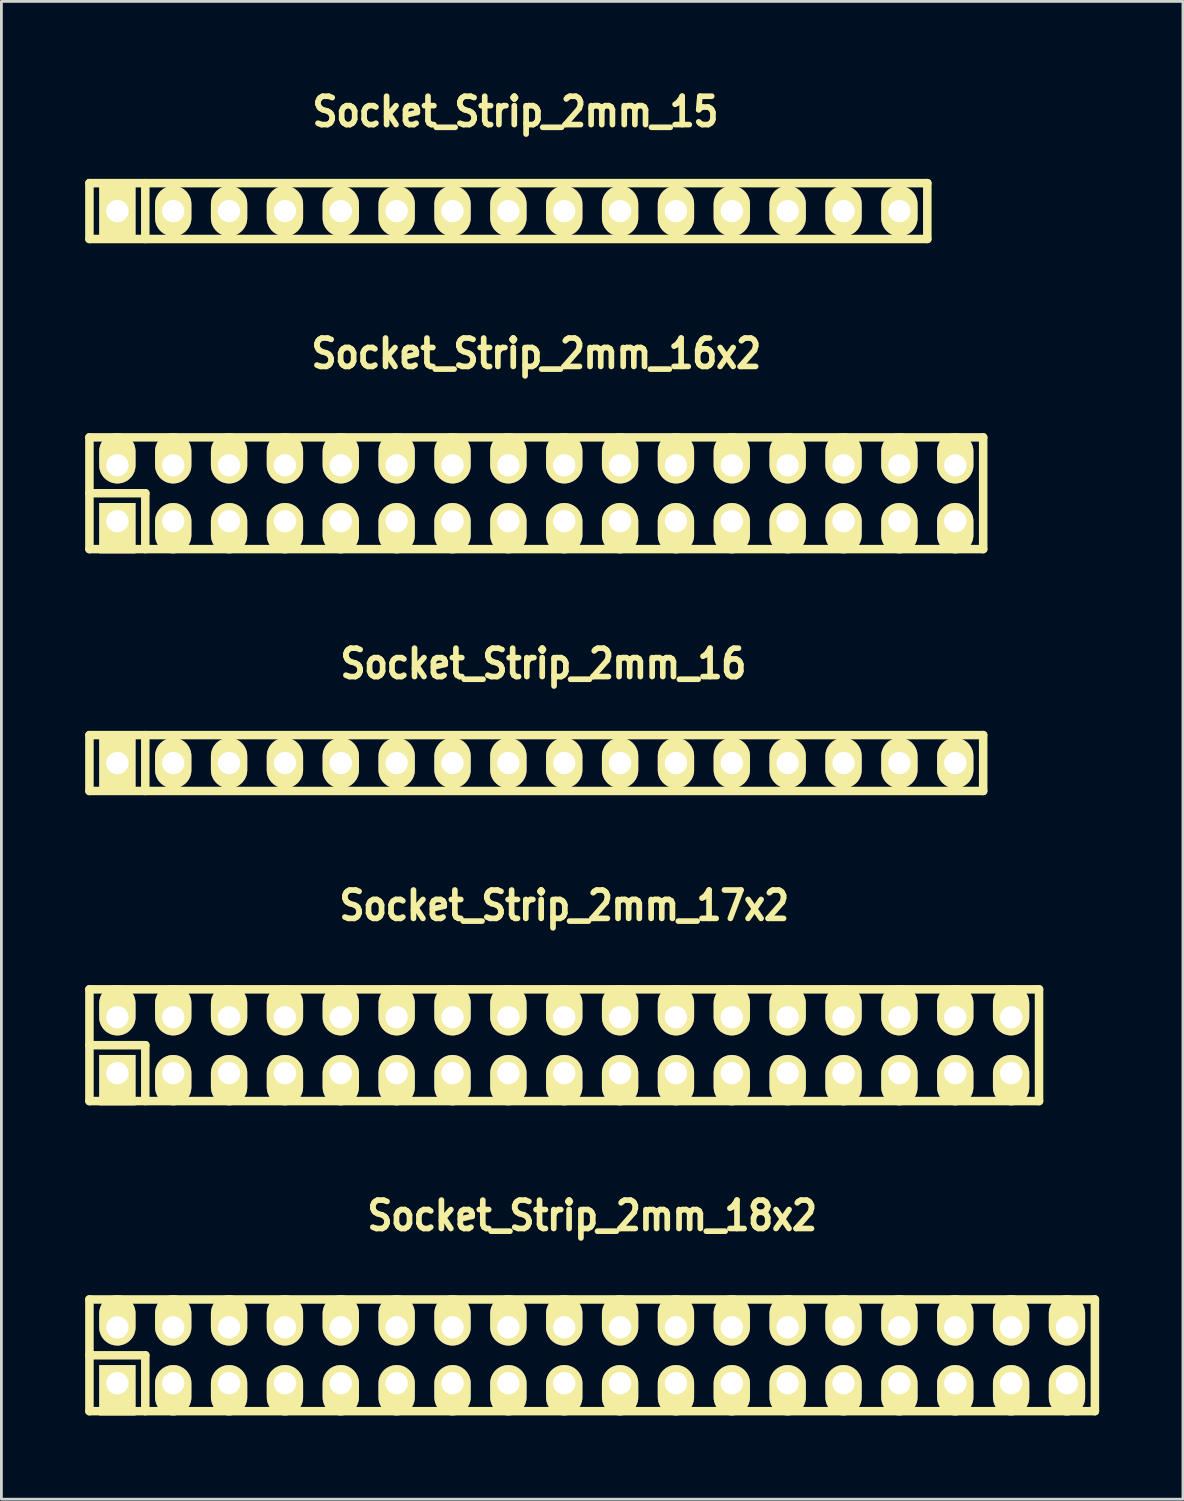
<source format=kicad_pcb>
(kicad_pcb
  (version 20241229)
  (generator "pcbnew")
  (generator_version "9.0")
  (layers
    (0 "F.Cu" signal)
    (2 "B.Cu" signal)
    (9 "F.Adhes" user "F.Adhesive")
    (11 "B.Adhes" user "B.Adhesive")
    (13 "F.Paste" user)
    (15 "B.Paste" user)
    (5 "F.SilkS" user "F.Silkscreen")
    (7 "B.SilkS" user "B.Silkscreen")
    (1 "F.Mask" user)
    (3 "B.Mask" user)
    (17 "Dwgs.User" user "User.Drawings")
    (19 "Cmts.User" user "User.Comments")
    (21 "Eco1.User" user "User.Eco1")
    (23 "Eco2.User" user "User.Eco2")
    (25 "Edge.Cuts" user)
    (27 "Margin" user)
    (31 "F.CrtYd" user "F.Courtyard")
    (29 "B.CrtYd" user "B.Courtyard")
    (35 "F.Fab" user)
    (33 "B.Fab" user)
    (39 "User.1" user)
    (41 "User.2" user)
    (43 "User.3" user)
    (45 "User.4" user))
  (footprint "Socket_Strip_2mm_15"
    (layer "F.Cu")
    (at 15.152 4.507)
    (property "Reference" "Socket_Strip_2mm_15" (at 0.254 -3.556 0) (layer "F.SilkS") (effects (font (size 1.016 0.889) (thickness 0.203))))
    (attr through_hole)
    (fp_line (start -15 -1) (end 15 -1) (stroke (width 0.305) (type solid)) (layer "F.SilkS"))
    (fp_line (start -15 1) (end -15 -1) (stroke (width 0.305) (type solid)) (layer "F.SilkS"))
    (fp_line (start -13 -1) (end -13 1) (stroke (width 0.305) (type solid)) (layer "F.SilkS"))
    (fp_line (start 15 -1) (end 15 1) (stroke (width 0.305) (type solid)) (layer "F.SilkS"))
    (fp_line (start 15 1) (end -15 1) (stroke (width 0.305) (type solid)) (layer "F.SilkS"))
    (pad "1" thru_hole rect (at -14 0) (size 1.3 1.8) (drill 0.8) (layers "*.Cu" "*.Mask" "F.SilkS"))
    (pad "2" thru_hole oval (at -12 0) (size 1.3 1.8) (drill 0.8) (layers "*.Cu" "*.Mask" "F.SilkS"))
    (pad "3" thru_hole oval (at -10 0) (size 1.3 1.8) (drill 0.8) (layers "*.Cu" "*.Mask" "F.SilkS"))
    (pad "4" thru_hole oval (at -8 0) (size 1.3 1.8) (drill 0.8) (layers "*.Cu" "*.Mask" "F.SilkS"))
    (pad "5" thru_hole oval (at -6 0) (size 1.3 1.8) (drill 0.8) (layers "*.Cu" "*.Mask" "F.SilkS"))
    (pad "6" thru_hole oval (at -4 0) (size 1.3 1.8) (drill 0.8) (layers "*.Cu" "*.Mask" "F.SilkS"))
    (pad "7" thru_hole oval (at -2 0) (size 1.3 1.8) (drill 0.8) (layers "*.Cu" "*.Mask" "F.SilkS"))
    (pad "8" thru_hole oval (at 0 0) (size 1.3 1.8) (drill 0.8) (layers "*.Cu" "*.Mask" "F.SilkS"))
    (pad "9" thru_hole oval (at 2 0) (size 1.3 1.8) (drill 0.8) (layers "*.Cu" "*.Mask" "F.SilkS"))
    (pad "10" thru_hole oval (at 4 0) (size 1.3 1.8) (drill 0.8) (layers "*.Cu" "*.Mask" "F.SilkS"))
    (pad "11" thru_hole oval (at 6 0) (size 1.3 1.8) (drill 0.8) (layers "*.Cu" "*.Mask" "F.SilkS"))
    (pad "12" thru_hole oval (at 8 0) (size 1.3 1.8) (drill 0.8) (layers "*.Cu" "*.Mask" "F.SilkS"))
    (pad "13" thru_hole oval (at 10 0) (size 1.3 1.8) (drill 0.8) (layers "*.Cu" "*.Mask" "F.SilkS"))
    (pad "14" thru_hole oval (at 12 0) (size 1.3 1.8) (drill 0.8) (layers "*.Cu" "*.Mask" "F.SilkS"))
    (pad "15" thru_hole oval (at 14 0) (size 1.3 1.8) (drill 0.8) (layers "*.Cu" "*.Mask" "F.SilkS")))
  (footprint "Socket_Strip_2mm_16"
    (layer "F.Cu")
    (at 16.152 24.27)
    (property "Reference" "Socket_Strip_2mm_16" (at 0.254 -3.556 0) (layer "F.SilkS") (effects (font (size 1.016 0.889) (thickness 0.203))))
    (attr through_hole)
    (fp_line (start -16 -1) (end 16 -1) (stroke (width 0.305) (type solid)) (layer "F.SilkS"))
    (fp_line (start -16 1) (end -16 -1) (stroke (width 0.305) (type solid)) (layer "F.SilkS"))
    (fp_line (start -14 -1) (end -14 1) (stroke (width 0.305) (type solid)) (layer "F.SilkS"))
    (fp_line (start 16 -1) (end 16 1) (stroke (width 0.305) (type solid)) (layer "F.SilkS"))
    (fp_line (start 16 1) (end -16 1) (stroke (width 0.305) (type solid)) (layer "F.SilkS"))
    (pad "1" thru_hole rect (at -15 0) (size 1.3 1.8) (drill 0.8) (layers "*.Cu" "*.Mask" "F.SilkS"))
    (pad "2" thru_hole oval (at -13 0) (size 1.3 1.8) (drill 0.8) (layers "*.Cu" "*.Mask" "F.SilkS"))
    (pad "3" thru_hole oval (at -11 0) (size 1.3 1.8) (drill 0.8) (layers "*.Cu" "*.Mask" "F.SilkS"))
    (pad "4" thru_hole oval (at -9 0) (size 1.3 1.8) (drill 0.8) (layers "*.Cu" "*.Mask" "F.SilkS"))
    (pad "5" thru_hole oval (at -7 0) (size 1.3 1.8) (drill 0.8) (layers "*.Cu" "*.Mask" "F.SilkS"))
    (pad "6" thru_hole oval (at -5 0) (size 1.3 1.8) (drill 0.8) (layers "*.Cu" "*.Mask" "F.SilkS"))
    (pad "7" thru_hole oval (at -3 0) (size 1.3 1.8) (drill 0.8) (layers "*.Cu" "*.Mask" "F.SilkS"))
    (pad "8" thru_hole oval (at -1 0) (size 1.3 1.8) (drill 0.8) (layers "*.Cu" "*.Mask" "F.SilkS"))
    (pad "9" thru_hole oval (at 1 0) (size 1.3 1.8) (drill 0.8) (layers "*.Cu" "*.Mask" "F.SilkS"))
    (pad "10" thru_hole oval (at 3 0) (size 1.3 1.8) (drill 0.8) (layers "*.Cu" "*.Mask" "F.SilkS"))
    (pad "11" thru_hole oval (at 5 0) (size 1.3 1.8) (drill 0.8) (layers "*.Cu" "*.Mask" "F.SilkS"))
    (pad "12" thru_hole oval (at 7 0) (size 1.3 1.8) (drill 0.8) (layers "*.Cu" "*.Mask" "F.SilkS"))
    (pad "13" thru_hole oval (at 9 0) (size 1.3 1.8) (drill 0.8) (layers "*.Cu" "*.Mask" "F.SilkS"))
    (pad "14" thru_hole oval (at 11 0) (size 1.3 1.8) (drill 0.8) (layers "*.Cu" "*.Mask" "F.SilkS"))
    (pad "15" thru_hole oval (at 13 0) (size 1.3 1.8) (drill 0.8) (layers "*.Cu" "*.Mask" "F.SilkS"))
    (pad "16" thru_hole oval (at 15 0) (size 1.3 1.8) (drill 0.8) (layers "*.Cu" "*.Mask" "F.SilkS")))
  (footprint "Socket_Strip_2mm_16x2"
    (layer "F.Cu")
    (at 16.152 14.61)
    (property "Reference" "Socket_Strip_2mm_16x2" (at 0 -5 0) (layer "F.SilkS") (effects (font (size 1.016 0.889) (thickness 0.203))))
    (attr through_hole)
    (fp_line (start -16 -2) (end 16 -2) (stroke (width 0.305) (type solid)) (layer "F.SilkS"))
    (fp_line (start -16 0) (end -14 0) (stroke (width 0.305) (type solid)) (layer "F.SilkS"))
    (fp_line (start -16 2) (end -16 -2) (stroke (width 0.305) (type solid)) (layer "F.SilkS"))
    (fp_line (start -14 0) (end -14 2) (stroke (width 0.305) (type solid)) (layer "F.SilkS"))
    (fp_line (start 16 -2) (end 16 2) (stroke (width 0.305) (type solid)) (layer "F.SilkS"))
    (fp_line (start 16 2) (end -16 2) (stroke (width 0.305) (type solid)) (layer "F.SilkS"))
    (pad "1" thru_hole rect (at -15 1) (size 1.3 1.8) (drill 0.8 (offset 0 0.25)) (layers "*.Cu" "*.Mask" "F.SilkS"))
    (pad "2" thru_hole oval (at -15 -1) (size 1.3 1.8) (drill 0.8 (offset 0 -0.25)) (layers "*.Cu" "*.Mask" "F.SilkS"))
    (pad "3" thru_hole oval (at -13 1) (size 1.3 1.8) (drill 0.8 (offset 0 0.25)) (layers "*.Cu" "*.Mask" "F.SilkS"))
    (pad "4" thru_hole oval (at -13 -1) (size 1.3 1.8) (drill 0.8 (offset 0 -0.25)) (layers "*.Cu" "*.Mask" "F.SilkS"))
    (pad "5" thru_hole oval (at -11 1) (size 1.3 1.8) (drill 0.8 (offset 0 0.25)) (layers "*.Cu" "*.Mask" "F.SilkS"))
    (pad "6" thru_hole oval (at -11 -1) (size 1.3 1.8) (drill 0.8 (offset 0 -0.25)) (layers "*.Cu" "*.Mask" "F.SilkS"))
    (pad "7" thru_hole oval (at -9 1) (size 1.3 1.8) (drill 0.8 (offset 0 0.25)) (layers "*.Cu" "*.Mask" "F.SilkS"))
    (pad "8" thru_hole oval (at -9 -1) (size 1.3 1.8) (drill 0.8 (offset 0 -0.25)) (layers "*.Cu" "*.Mask" "F.SilkS"))
    (pad "9" thru_hole oval (at -7 1) (size 1.3 1.8) (drill 0.8 (offset 0 0.25)) (layers "*.Cu" "*.Mask" "F.SilkS"))
    (pad "10" thru_hole oval (at -7 -1) (size 1.3 1.8) (drill 0.8 (offset 0 -0.25)) (layers "*.Cu" "*.Mask" "F.SilkS"))
    (pad "11" thru_hole oval (at -5 1) (size 1.3 1.8) (drill 0.8 (offset 0 0.25)) (layers "*.Cu" "*.Mask" "F.SilkS"))
    (pad "12" thru_hole oval (at -5 -1) (size 1.3 1.8) (drill 0.8 (offset 0 -0.25)) (layers "*.Cu" "*.Mask" "F.SilkS"))
    (pad "13" thru_hole oval (at -3 1) (size 1.3 1.8) (drill 0.8 (offset 0 0.25)) (layers "*.Cu" "*.Mask" "F.SilkS"))
    (pad "14" thru_hole oval (at -3 -1) (size 1.3 1.8) (drill 0.8 (offset 0 -0.25)) (layers "*.Cu" "*.Mask" "F.SilkS"))
    (pad "15" thru_hole oval (at -1 1) (size 1.3 1.8) (drill 0.8 (offset 0 0.25)) (layers "*.Cu" "*.Mask" "F.SilkS"))
    (pad "16" thru_hole oval (at -1 -1) (size 1.3 1.8) (drill 0.8 (offset 0 -0.25)) (layers "*.Cu" "*.Mask" "F.SilkS"))
    (pad "17" thru_hole oval (at 1 1) (size 1.3 1.8) (drill 0.8 (offset 0 0.25)) (layers "*.Cu" "*.Mask" "F.SilkS"))
    (pad "18" thru_hole oval (at 1 -1) (size 1.3 1.8) (drill 0.8 (offset 0 -0.25)) (layers "*.Cu" "*.Mask" "F.SilkS"))
    (pad "19" thru_hole oval (at 3 1) (size 1.3 1.8) (drill 0.8 (offset 0 0.25)) (layers "*.Cu" "*.Mask" "F.SilkS"))
    (pad "20" thru_hole oval (at 3 -1) (size 1.3 1.8) (drill 0.8 (offset 0 -0.25)) (layers "*.Cu" "*.Mask" "F.SilkS"))
    (pad "21" thru_hole oval (at 5 1) (size 1.3 1.8) (drill 0.8 (offset 0 0.25)) (layers "*.Cu" "*.Mask" "F.SilkS"))
    (pad "22" thru_hole oval (at 5 -1) (size 1.3 1.8) (drill 0.8 (offset 0 -0.25)) (layers "*.Cu" "*.Mask" "F.SilkS"))
    (pad "23" thru_hole oval (at 7 1) (size 1.3 1.8) (drill 0.8 (offset 0 0.25)) (layers "*.Cu" "*.Mask" "F.SilkS"))
    (pad "24" thru_hole oval (at 7 -1) (size 1.3 1.8) (drill 0.8 (offset 0 -0.25)) (layers "*.Cu" "*.Mask" "F.SilkS"))
    (pad "25" thru_hole oval (at 9 1) (size 1.3 1.8) (drill 0.8 (offset 0 0.25)) (layers "*.Cu" "*.Mask" "F.SilkS"))
    (pad "26" thru_hole oval (at 9 -1) (size 1.3 1.8) (drill 0.8 (offset 0 -0.25)) (layers "*.Cu" "*.Mask" "F.SilkS"))
    (pad "27" thru_hole oval (at 11 1) (size 1.3 1.8) (drill 0.8 (offset 0 0.25)) (layers "*.Cu" "*.Mask" "F.SilkS"))
    (pad "28" thru_hole oval (at 11 -1) (size 1.3 1.8) (drill 0.8 (offset 0 -0.25)) (layers "*.Cu" "*.Mask" "F.SilkS"))
    (pad "29" thru_hole oval (at 13 1) (size 1.3 1.8) (drill 0.8 (offset 0 0.25)) (layers "*.Cu" "*.Mask" "F.SilkS"))
    (pad "30" thru_hole oval (at 13 -1) (size 1.3 1.8) (drill 0.8 (offset 0 -0.25)) (layers "*.Cu" "*.Mask" "F.SilkS"))
    (pad "31" thru_hole oval (at 15 1) (size 1.3 1.8) (drill 0.8 (offset 0 0.25)) (layers "*.Cu" "*.Mask" "F.SilkS"))
    (pad "32" thru_hole oval (at 15 -1) (size 1.3 1.8) (drill 0.8 (offset 0 -0.25)) (layers "*.Cu" "*.Mask" "F.SilkS")))
  (footprint "Socket_Strip_2mm_18x2"
    (layer "F.Cu")
    (at 18.152 45.476)
    (property "Reference" "Socket_Strip_2mm_18x2" (at 0 -5 0) (layer "F.SilkS") (effects (font (size 1.016 0.889) (thickness 0.203))))
    (attr through_hole)
    (fp_line (start -18 -2) (end 18 -2) (stroke (width 0.305) (type solid)) (layer "F.SilkS"))
    (fp_line (start -18 0) (end -16 0) (stroke (width 0.305) (type solid)) (layer "F.SilkS"))
    (fp_line (start -18 2) (end -18 -2) (stroke (width 0.305) (type solid)) (layer "F.SilkS"))
    (fp_line (start -16 0) (end -16 2) (stroke (width 0.305) (type solid)) (layer "F.SilkS"))
    (fp_line (start 18 -2) (end 18 2) (stroke (width 0.305) (type solid)) (layer "F.SilkS"))
    (fp_line (start 18 2) (end -18 2) (stroke (width 0.305) (type solid)) (layer "F.SilkS"))
    (pad "1" thru_hole rect (at -17 1) (size 1.3 1.8) (drill 0.8 (offset 0 0.25)) (layers "*.Cu" "*.Mask" "F.SilkS"))
    (pad "2" thru_hole oval (at -17 -1) (size 1.3 1.8) (drill 0.8 (offset 0 -0.25)) (layers "*.Cu" "*.Mask" "F.SilkS"))
    (pad "3" thru_hole oval (at -15 1) (size 1.3 1.8) (drill 0.8 (offset 0 0.25)) (layers "*.Cu" "*.Mask" "F.SilkS"))
    (pad "4" thru_hole oval (at -15 -1) (size 1.3 1.8) (drill 0.8 (offset 0 -0.25)) (layers "*.Cu" "*.Mask" "F.SilkS"))
    (pad "5" thru_hole oval (at -13 1) (size 1.3 1.8) (drill 0.8 (offset 0 0.25)) (layers "*.Cu" "*.Mask" "F.SilkS"))
    (pad "6" thru_hole oval (at -13 -1) (size 1.3 1.8) (drill 0.8 (offset 0 -0.25)) (layers "*.Cu" "*.Mask" "F.SilkS"))
    (pad "7" thru_hole oval (at -11 1) (size 1.3 1.8) (drill 0.8 (offset 0 0.25)) (layers "*.Cu" "*.Mask" "F.SilkS"))
    (pad "8" thru_hole oval (at -11 -1) (size 1.3 1.8) (drill 0.8 (offset 0 -0.25)) (layers "*.Cu" "*.Mask" "F.SilkS"))
    (pad "9" thru_hole oval (at -9 1) (size 1.3 1.8) (drill 0.8 (offset 0 0.25)) (layers "*.Cu" "*.Mask" "F.SilkS"))
    (pad "10" thru_hole oval (at -9 -1) (size 1.3 1.8) (drill 0.8 (offset 0 -0.25)) (layers "*.Cu" "*.Mask" "F.SilkS"))
    (pad "11" thru_hole oval (at -7 1) (size 1.3 1.8) (drill 0.8 (offset 0 0.25)) (layers "*.Cu" "*.Mask" "F.SilkS"))
    (pad "12" thru_hole oval (at -7 -1) (size 1.3 1.8) (drill 0.8 (offset 0 -0.25)) (layers "*.Cu" "*.Mask" "F.SilkS"))
    (pad "13" thru_hole oval (at -5 1) (size 1.3 1.8) (drill 0.8 (offset 0 0.25)) (layers "*.Cu" "*.Mask" "F.SilkS"))
    (pad "14" thru_hole oval (at -5 -1) (size 1.3 1.8) (drill 0.8 (offset 0 -0.25)) (layers "*.Cu" "*.Mask" "F.SilkS"))
    (pad "15" thru_hole oval (at -3 1) (size 1.3 1.8) (drill 0.8 (offset 0 0.25)) (layers "*.Cu" "*.Mask" "F.SilkS"))
    (pad "16" thru_hole oval (at -3 -1) (size 1.3 1.8) (drill 0.8 (offset 0 -0.25)) (layers "*.Cu" "*.Mask" "F.SilkS"))
    (pad "17" thru_hole oval (at -1 1) (size 1.3 1.8) (drill 0.8 (offset 0 0.25)) (layers "*.Cu" "*.Mask" "F.SilkS"))
    (pad "18" thru_hole oval (at -1 -1) (size 1.3 1.8) (drill 0.8 (offset 0 -0.25)) (layers "*.Cu" "*.Mask" "F.SilkS"))
    (pad "19" thru_hole oval (at 1 1) (size 1.3 1.8) (drill 0.8 (offset 0 0.25)) (layers "*.Cu" "*.Mask" "F.SilkS"))
    (pad "20" thru_hole oval (at 1 -1) (size 1.3 1.8) (drill 0.8 (offset 0 -0.25)) (layers "*.Cu" "*.Mask" "F.SilkS"))
    (pad "21" thru_hole oval (at 3 1) (size 1.3 1.8) (drill 0.8 (offset 0 0.25)) (layers "*.Cu" "*.Mask" "F.SilkS"))
    (pad "22" thru_hole oval (at 3 -1) (size 1.3 1.8) (drill 0.8 (offset 0 -0.25)) (layers "*.Cu" "*.Mask" "F.SilkS"))
    (pad "23" thru_hole oval (at 5 1) (size 1.3 1.8) (drill 0.8 (offset 0 0.25)) (layers "*.Cu" "*.Mask" "F.SilkS"))
    (pad "24" thru_hole oval (at 5 -1) (size 1.3 1.8) (drill 0.8 (offset 0 -0.25)) (layers "*.Cu" "*.Mask" "F.SilkS"))
    (pad "25" thru_hole oval (at 7 1) (size 1.3 1.8) (drill 0.8 (offset 0 0.25)) (layers "*.Cu" "*.Mask" "F.SilkS"))
    (pad "26" thru_hole oval (at 7 -1) (size 1.3 1.8) (drill 0.8 (offset 0 -0.25)) (layers "*.Cu" "*.Mask" "F.SilkS"))
    (pad "27" thru_hole oval (at 9 1) (size 1.3 1.8) (drill 0.8 (offset 0 0.25)) (layers "*.Cu" "*.Mask" "F.SilkS"))
    (pad "28" thru_hole oval (at 9 -1) (size 1.3 1.8) (drill 0.8 (offset 0 -0.25)) (layers "*.Cu" "*.Mask" "F.SilkS"))
    (pad "29" thru_hole oval (at 11 1) (size 1.3 1.8) (drill 0.8 (offset 0 0.25)) (layers "*.Cu" "*.Mask" "F.SilkS"))
    (pad "30" thru_hole oval (at 11 -1) (size 1.3 1.8) (drill 0.8 (offset 0 -0.25)) (layers "*.Cu" "*.Mask" "F.SilkS"))
    (pad "31" thru_hole oval (at 13 1) (size 1.3 1.8) (drill 0.8 (offset 0 0.25)) (layers "*.Cu" "*.Mask" "F.SilkS"))
    (pad "32" thru_hole oval (at 13 -1) (size 1.3 1.8) (drill 0.8 (offset 0 -0.25)) (layers "*.Cu" "*.Mask" "F.SilkS"))
    (pad "33" thru_hole oval (at 15 1) (size 1.3 1.8) (drill 0.8 (offset 0 0.25)) (layers "*.Cu" "*.Mask" "F.SilkS"))
    (pad "34" thru_hole oval (at 15 -1) (size 1.3 1.8) (drill 0.8 (offset 0 -0.25)) (layers "*.Cu" "*.Mask" "F.SilkS"))
    (pad "35" thru_hole oval (at 17 1) (size 1.3 1.8) (drill 0.8 (offset 0 0.25)) (layers "*.Cu" "*.Mask" "F.SilkS"))
    (pad "36" thru_hole oval (at 17 -1) (size 1.3 1.8) (drill 0.8 (offset 0 -0.25)) (layers "*.Cu" "*.Mask" "F.SilkS")))
  (footprint "Socket_Strip_2mm_17x2"
    (layer "F.Cu")
    (at 17.152 34.373)
    (property "Reference" "Socket_Strip_2mm_17x2" (at 0 -5 0) (layer "F.SilkS") (effects (font (size 1.016 0.889) (thickness 0.203))))
    (attr through_hole)
    (fp_line (start -17 -2) (end 17 -2) (stroke (width 0.305) (type solid)) (layer "F.SilkS"))
    (fp_line (start -17 0) (end -15 0) (stroke (width 0.305) (type solid)) (layer "F.SilkS"))
    (fp_line (start -17 2) (end -17 -2) (stroke (width 0.305) (type solid)) (layer "F.SilkS"))
    (fp_line (start -15 0) (end -15 2) (stroke (width 0.305) (type solid)) (layer "F.SilkS"))
    (fp_line (start 17 -2) (end 17 2) (stroke (width 0.305) (type solid)) (layer "F.SilkS"))
    (fp_line (start 17 2) (end -17 2) (stroke (width 0.305) (type solid)) (layer "F.SilkS"))
    (pad "1" thru_hole rect (at -16 1) (size 1.3 1.8) (drill 0.8 (offset 0 0.25)) (layers "*.Cu" "*.Mask" "F.SilkS"))
    (pad "2" thru_hole oval (at -16 -1) (size 1.3 1.8) (drill 0.8 (offset 0 -0.25)) (layers "*.Cu" "*.Mask" "F.SilkS"))
    (pad "3" thru_hole oval (at -14 1) (size 1.3 1.8) (drill 0.8 (offset 0 0.25)) (layers "*.Cu" "*.Mask" "F.SilkS"))
    (pad "4" thru_hole oval (at -14 -1) (size 1.3 1.8) (drill 0.8 (offset 0 -0.25)) (layers "*.Cu" "*.Mask" "F.SilkS"))
    (pad "5" thru_hole oval (at -12 1) (size 1.3 1.8) (drill 0.8 (offset 0 0.25)) (layers "*.Cu" "*.Mask" "F.SilkS"))
    (pad "6" thru_hole oval (at -12 -1) (size 1.3 1.8) (drill 0.8 (offset 0 -0.25)) (layers "*.Cu" "*.Mask" "F.SilkS"))
    (pad "7" thru_hole oval (at -10 1) (size 1.3 1.8) (drill 0.8 (offset 0 0.25)) (layers "*.Cu" "*.Mask" "F.SilkS"))
    (pad "8" thru_hole oval (at -10 -1) (size 1.3 1.8) (drill 0.8 (offset 0 -0.25)) (layers "*.Cu" "*.Mask" "F.SilkS"))
    (pad "9" thru_hole oval (at -8 1) (size 1.3 1.8) (drill 0.8 (offset 0 0.25)) (layers "*.Cu" "*.Mask" "F.SilkS"))
    (pad "10" thru_hole oval (at -8 -1) (size 1.3 1.8) (drill 0.8 (offset 0 -0.25)) (layers "*.Cu" "*.Mask" "F.SilkS"))
    (pad "11" thru_hole oval (at -6 1) (size 1.3 1.8) (drill 0.8 (offset 0 0.25)) (layers "*.Cu" "*.Mask" "F.SilkS"))
    (pad "12" thru_hole oval (at -6 -1) (size 1.3 1.8) (drill 0.8 (offset 0 -0.25)) (layers "*.Cu" "*.Mask" "F.SilkS"))
    (pad "13" thru_hole oval (at -4 1) (size 1.3 1.8) (drill 0.8 (offset 0 0.25)) (layers "*.Cu" "*.Mask" "F.SilkS"))
    (pad "14" thru_hole oval (at -4 -1) (size 1.3 1.8) (drill 0.8 (offset 0 -0.25)) (layers "*.Cu" "*.Mask" "F.SilkS"))
    (pad "15" thru_hole oval (at -2 1) (size 1.3 1.8) (drill 0.8 (offset 0 0.25)) (layers "*.Cu" "*.Mask" "F.SilkS"))
    (pad "16" thru_hole oval (at -2 -1) (size 1.3 1.8) (drill 0.8 (offset 0 -0.25)) (layers "*.Cu" "*.Mask" "F.SilkS"))
    (pad "17" thru_hole oval (at 0 1) (size 1.3 1.8) (drill 0.8 (offset 0 0.25)) (layers "*.Cu" "*.Mask" "F.SilkS"))
    (pad "18" thru_hole oval (at 0 -1) (size 1.3 1.8) (drill 0.8 (offset 0 -0.25)) (layers "*.Cu" "*.Mask" "F.SilkS"))
    (pad "19" thru_hole oval (at 2 1) (size 1.3 1.8) (drill 0.8 (offset 0 0.25)) (layers "*.Cu" "*.Mask" "F.SilkS"))
    (pad "20" thru_hole oval (at 2 -1) (size 1.3 1.8) (drill 0.8 (offset 0 -0.25)) (layers "*.Cu" "*.Mask" "F.SilkS"))
    (pad "21" thru_hole oval (at 4 1) (size 1.3 1.8) (drill 0.8 (offset 0 0.25)) (layers "*.Cu" "*.Mask" "F.SilkS"))
    (pad "22" thru_hole oval (at 4 -1) (size 1.3 1.8) (drill 0.8 (offset 0 -0.25)) (layers "*.Cu" "*.Mask" "F.SilkS"))
    (pad "23" thru_hole oval (at 6 1) (size 1.3 1.8) (drill 0.8 (offset 0 0.25)) (layers "*.Cu" "*.Mask" "F.SilkS"))
    (pad "24" thru_hole oval (at 6 -1) (size 1.3 1.8) (drill 0.8 (offset 0 -0.25)) (layers "*.Cu" "*.Mask" "F.SilkS"))
    (pad "25" thru_hole oval (at 8 1) (size 1.3 1.8) (drill 0.8 (offset 0 0.25)) (layers "*.Cu" "*.Mask" "F.SilkS"))
    (pad "26" thru_hole oval (at 8 -1) (size 1.3 1.8) (drill 0.8 (offset 0 -0.25)) (layers "*.Cu" "*.Mask" "F.SilkS"))
    (pad "27" thru_hole oval (at 10 1) (size 1.3 1.8) (drill 0.8 (offset 0 0.25)) (layers "*.Cu" "*.Mask" "F.SilkS"))
    (pad "28" thru_hole oval (at 10 -1) (size 1.3 1.8) (drill 0.8 (offset 0 -0.25)) (layers "*.Cu" "*.Mask" "F.SilkS"))
    (pad "29" thru_hole oval (at 12 1) (size 1.3 1.8) (drill 0.8 (offset 0 0.25)) (layers "*.Cu" "*.Mask" "F.SilkS"))
    (pad "30" thru_hole oval (at 12 -1) (size 1.3 1.8) (drill 0.8 (offset 0 -0.25)) (layers "*.Cu" "*.Mask" "F.SilkS"))
    (pad "31" thru_hole oval (at 14 1) (size 1.3 1.8) (drill 0.8 (offset 0 0.25)) (layers "*.Cu" "*.Mask" "F.SilkS"))
    (pad "32" thru_hole oval (at 14 -1) (size 1.3 1.8) (drill 0.8 (offset 0 -0.25)) (layers "*.Cu" "*.Mask" "F.SilkS"))
    (pad "33" thru_hole oval (at 16 1) (size 1.3 1.8) (drill 0.8 (offset 0 0.25)) (layers "*.Cu" "*.Mask" "F.SilkS"))
    (pad "34" thru_hole oval (at 16 -1) (size 1.3 1.8) (drill 0.8 (offset 0 -0.25)) (layers "*.Cu" "*.Mask" "F.SilkS")))
  (gr_rect
    (start -3 -3)
    (end 39.305 50.629)
    (stroke (width 0.1) (type default))
    (fill no)
    (layer "Edge.Cuts")))
</source>
